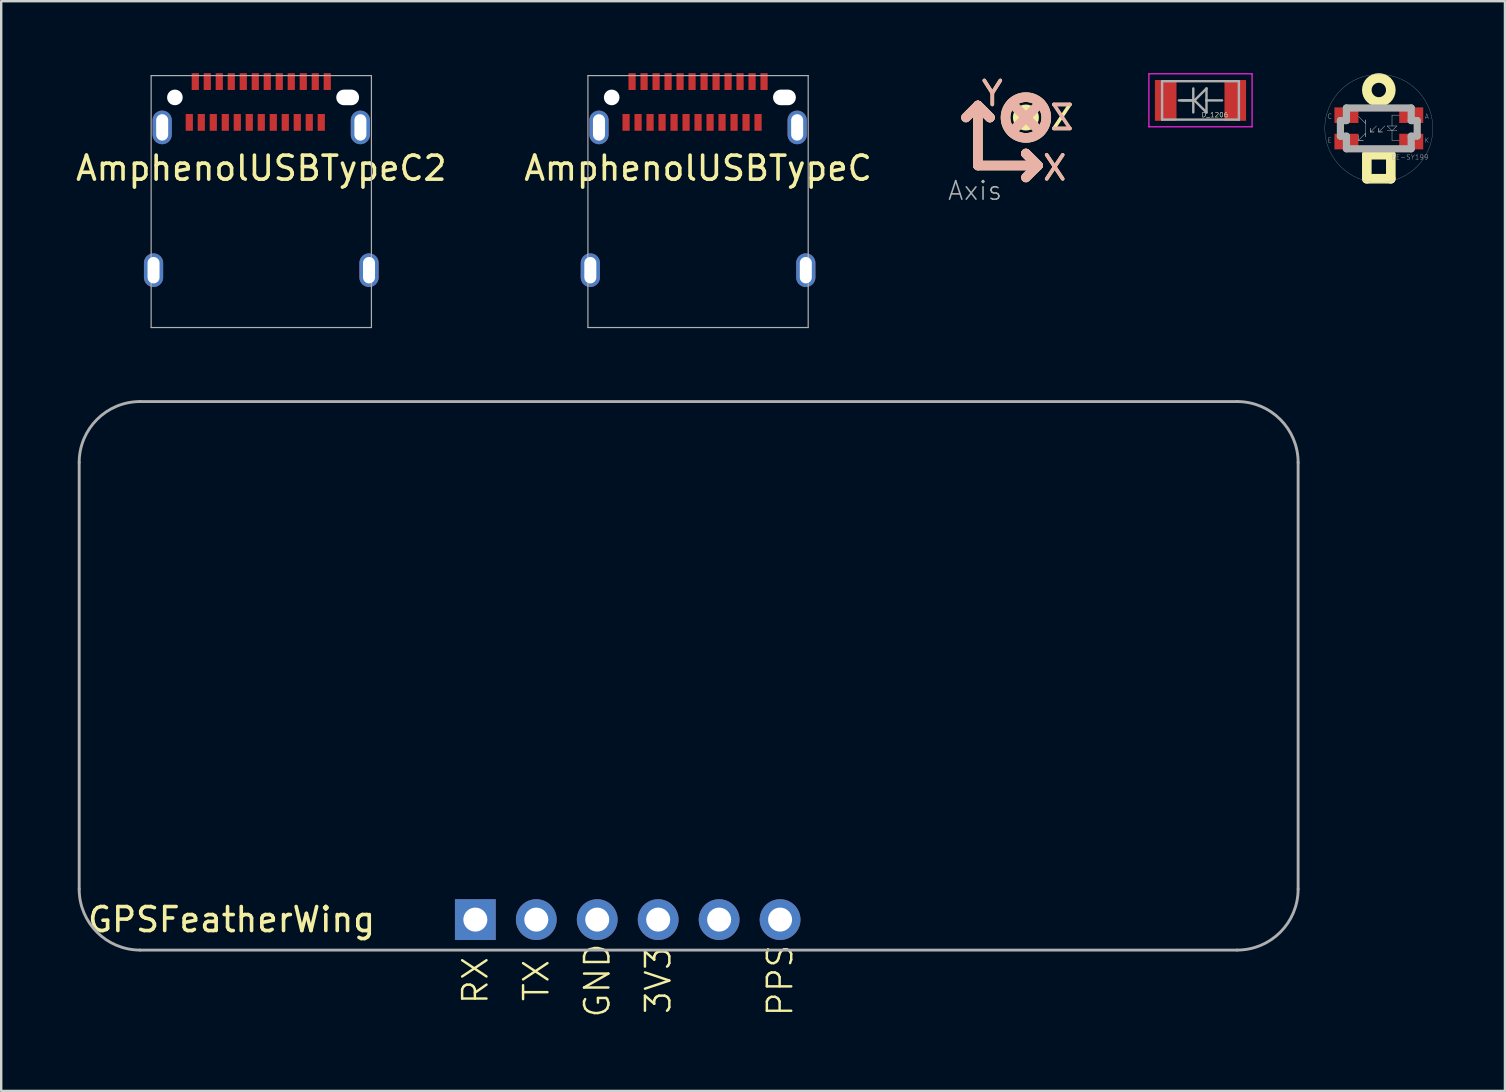
<source format=kicad_pcb>
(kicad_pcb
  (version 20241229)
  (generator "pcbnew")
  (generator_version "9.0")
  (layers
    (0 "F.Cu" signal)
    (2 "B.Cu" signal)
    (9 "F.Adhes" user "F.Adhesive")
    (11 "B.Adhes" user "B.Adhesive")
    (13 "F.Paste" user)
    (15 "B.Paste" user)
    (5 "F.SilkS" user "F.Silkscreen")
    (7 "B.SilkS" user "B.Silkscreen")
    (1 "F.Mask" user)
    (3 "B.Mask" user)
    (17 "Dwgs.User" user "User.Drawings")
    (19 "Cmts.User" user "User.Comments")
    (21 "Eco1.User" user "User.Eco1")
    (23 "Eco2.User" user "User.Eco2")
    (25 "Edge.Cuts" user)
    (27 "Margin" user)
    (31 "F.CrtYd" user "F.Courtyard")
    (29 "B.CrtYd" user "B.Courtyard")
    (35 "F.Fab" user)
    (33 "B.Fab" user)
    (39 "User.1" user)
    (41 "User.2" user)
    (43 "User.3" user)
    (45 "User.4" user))
  (footprint "GPSFeatherWing"
    (layer "F.Cu")
    (at 0.25 36.545)
    (property "Reference" "GPSFeatherWing" (at 6.35 -1.27 0) (layer "F.SilkS") (effects (font (size 1 1) (thickness 0.15))))
    (attr through_hole)
    (fp_line (start 0 -2.54) (end 0 -20.32) (stroke (width 0.12) (type solid)) (layer "F.Fab"))
    (fp_line (start 2.54 -22.86) (end 48.26 -22.86) (stroke (width 0.12) (type solid)) (layer "F.Fab"))
    (fp_line (start 48.26 0) (end 2.54 0) (stroke (width 0.12) (type solid)) (layer "F.Fab"))
    (fp_line (start 50.8 -20.32) (end 50.8 -2.54) (stroke (width 0.12) (type solid)) (layer "F.Fab"))
    (fp_arc (start 0 -20.32) (mid 0.743949 -22.116051) (end 2.54 -22.86) (stroke (width 0.12) (type solid)) (layer "F.Fab"))
    (fp_arc (start 2.54 0) (mid 0.743949 -0.743949) (end 0 -2.54) (stroke (width 0.12) (type solid)) (layer "F.Fab"))
    (fp_arc (start 48.26 -22.86) (mid 50.056051 -22.116051) (end 50.8 -20.32) (stroke (width 0.12) (type solid)) (layer "F.Fab"))
    (fp_arc (start 50.8 -2.54) (mid 50.056051 -0.743949) (end 48.26 0) (stroke (width 0.12) (type solid)) (layer "F.Fab"))
    (fp_text user "3V3" (at 24.13 1.27 90) (layer "F.SilkS") (effects (font (size 1.016 1.016) (thickness 0.102))))
    (fp_text user "" (at 26.67 -5.08 90) (layer "F.SilkS") (effects (font (size 1.016 1.016) (thickness 0.102))))
    (fp_text user "GND" (at 21.59 1.27 90) (layer "F.SilkS") (effects (font (size 1.016 1.016) (thickness 0.102))))
    (fp_text user "TX" (at 19.05 1.27 90) (layer "F.SilkS") (effects (font (size 1.016 1.016) (thickness 0.102))))
    (fp_text user "RX" (at 16.51 1.27 90) (layer "F.SilkS") (effects (font (size 1.016 1.016) (thickness 0.102))))
    (fp_text user "PPS" (at 29.21 1.27 90) (layer "F.SilkS") (effects (font (size 1.016 1.016) (thickness 0.102))))
    (pad "1" thru_hole rect (at 16.51 -1.27 90) (size 1.7 1.7) (drill 1) (layers "*.Cu" "*.Mask"))
    (pad "2" thru_hole oval (at 19.05 -1.27 90) (size 1.7 1.7) (drill 1) (layers "*.Cu" "*.Mask"))
    (pad "3" thru_hole oval (at 21.59 -1.27 90) (size 1.7 1.7) (drill 1) (layers "*.Cu" "*.Mask"))
    (pad "4" thru_hole oval (at 24.13 -1.27 90) (size 1.7 1.7) (drill 1) (layers "*.Cu" "*.Mask"))
    (pad "5" thru_hole oval (at 26.67 -1.27 90) (size 1.7 1.7) (drill 1) (layers "*.Cu" "*.Mask"))
    (pad "6" thru_hole oval (at 29.21 -1.27 90) (size 1.7 1.7) (drill 1) (layers "*.Cu" "*.Mask")))
  (footprint "Axis"
    (layer "F.Cu")
    (at 37.705 3.848)
    (property "Reference" "Axis" (at -1.3 1.5 0) (layer "F.Fab") (effects (font (size 0.772 0.772) (thickness 0.065)) (justify left bottom)))
    (attr through_hole)
    (fp_line (start -0.5 -2) (end 0 -2.5) (stroke (width 0.4) (type solid)) (layer "F.SilkS"))
    (fp_line (start 0 -2.5) (end 0 0) (stroke (width 0.4) (type solid)) (layer "F.SilkS"))
    (fp_line (start 0 -2.5) (end 0.5 -2) (stroke (width 0.4) (type solid)) (layer "F.SilkS"))
    (fp_line (start 0 0) (end 2.5 0) (stroke (width 0.4) (type solid)) (layer "F.SilkS"))
    (fp_line (start 0.5 -2) (end 0 -2.5) (stroke (width 0.4) (type solid)) (layer "F.SilkS"))
    (fp_line (start 2 -0.5) (end 2.5 0) (stroke (width 0.4) (type solid)) (layer "F.SilkS"))
    (fp_line (start 2.5 0) (end 2 -0.5) (stroke (width 0.4) (type solid)) (layer "F.SilkS"))
    (fp_line (start 2.5 0) (end 2 0.5) (stroke (width 0.4) (type solid)) (layer "F.SilkS"))
    (fp_circle (center 2 -2) (end 2.1 -1.9) (stroke (width 0.4) (type solid)) (fill no) (layer "F.SilkS"))
    (fp_circle (center 2 -2) (end 2.6 -1.4) (stroke (width 0.4) (type solid)) (fill no) (layer "F.SilkS"))
    (fp_line (start -0.5 -2) (end 0 -2.5) (stroke (width 0.4) (type solid)) (layer "B.SilkS"))
    (fp_line (start 0 -2.5) (end 0 0) (stroke (width 0.4) (type solid)) (layer "B.SilkS"))
    (fp_line (start 0 -2.5) (end 0.5 -2) (stroke (width 0.4) (type solid)) (layer "B.SilkS"))
    (fp_line (start 0 0) (end 2.5 0) (stroke (width 0.4) (type solid)) (layer "B.SilkS"))
    (fp_line (start 0.5 -2) (end 0 -2.5) (stroke (width 0.4) (type solid)) (layer "B.SilkS"))
    (fp_line (start 1.4 -2.6) (end 2.6 -1.4) (stroke (width 0.4) (type solid)) (layer "B.SilkS"))
    (fp_line (start 2 -0.5) (end 2.5 0) (stroke (width 0.4) (type solid)) (layer "B.SilkS"))
    (fp_line (start 2.5 0) (end 2 -0.5) (stroke (width 0.4) (type solid)) (layer "B.SilkS"))
    (fp_line (start 2.5 0) (end 2 0.5) (stroke (width 0.4) (type solid)) (layer "B.SilkS"))
    (fp_line (start 2.6 -2.6) (end 1.4 -1.4) (stroke (width 0.4) (type solid)) (layer "B.SilkS"))
    (fp_circle (center 2 -2) (end 2.6 -1.4) (stroke (width 0.4) (type solid)) (fill no) (layer "B.SilkS"))
    (fp_text user "Z" (at 3.5 -2 0) (layer "F.SilkS") (effects (font (size 1 1) (thickness 0.15))))
    (fp_text user "Y" (at 0.6 -3 0) (layer "F.SilkS") (effects (font (size 1 1) (thickness 0.15))))
    (fp_text user "X" (at 3.2 0.1 0) (layer "F.SilkS") (effects (font (size 1 1) (thickness 0.15))))
    (fp_text user "Z" (at 3.5 -2 0) (layer "B.SilkS") (effects (font (size 1 1) (thickness 0.15)) (justify mirror)))
    (fp_text user "Y" (at 0.6 -3 0) (layer "B.SilkS") (effects (font (size 1 1) (thickness 0.15)) (justify mirror)))
    (fp_text user "X" (at 3.2 0.1 0) (layer "B.SilkS") (effects (font (size 1 1) (thickness 0.15)) (justify mirror))))
  (footprint "D_1206"
    (layer "F.Cu")
    (at 46.981 1.135)
    (property "Reference" "D_1206" (at 0.6 0.6 0) (layer "F.SilkS") (effects (font (size 0.2 0.2) (thickness 0.015))))
    (attr smd)
    (fp_line (start -2.15 -1.11) (end -2.15 1.1) (stroke (width 0.05) (type solid)) (layer "F.CrtYd"))
    (fp_line (start -2.15 -1.11) (end 2.15 -1.11) (stroke (width 0.05) (type solid)) (layer "F.CrtYd"))
    (fp_line (start 2.15 1.1) (end -2.15 1.1) (stroke (width 0.05) (type solid)) (layer "F.CrtYd"))
    (fp_line (start 2.15 1.1) (end 2.15 -1.11) (stroke (width 0.05) (type solid)) (layer "F.CrtYd"))
    (fp_line (start -1.6 -0.8) (end 1.6 -0.8) (stroke (width 0.1) (type solid)) (layer "F.Fab"))
    (fp_line (start -1.6 0.8) (end -1.6 -0.8) (stroke (width 0.1) (type solid)) (layer "F.Fab"))
    (fp_line (start -0.9 0) (end -0.3 0) (stroke (width 0.1) (type solid)) (layer "F.Fab"))
    (fp_line (start -0.3 -0.5) (end -0.3 0) (stroke (width 0.1) (type solid)) (layer "F.Fab"))
    (fp_line (start -0.3 0) (end -0.8 0) (stroke (width 0.1) (type solid)) (layer "F.Fab"))
    (fp_line (start -0.3 0) (end -0.3 0.5) (stroke (width 0.1) (type solid)) (layer "F.Fab"))
    (fp_line (start -0.25 0) (end 0.25 0.5) (stroke (width 0.1) (type solid)) (layer "F.Fab"))
    (fp_line (start 0.25 -0.5) (end -0.25 0) (stroke (width 0.1) (type solid)) (layer "F.Fab"))
    (fp_line (start 0.25 0) (end 0.25 -0.5) (stroke (width 0.1) (type solid)) (layer "F.Fab"))
    (fp_line (start 0.25 0) (end 0.25 0) (stroke (width 0.1) (type solid)) (layer "F.Fab"))
    (fp_line (start 0.25 0.5) (end 0.25 0) (stroke (width 0.1) (type solid)) (layer "F.Fab"))
    (fp_line (start 0.9 0) (end 0.25 0) (stroke (width 0.1) (type solid)) (layer "F.Fab"))
    (fp_line (start 1.6 -0.8) (end 1.6 0.8) (stroke (width 0.1) (type solid)) (layer "F.Fab"))
    (fp_line (start 1.6 0.8) (end -1.6 0.8) (stroke (width 0.1) (type solid)) (layer "F.Fab"))
    (fp_text user "${REFERENCE}" (at 0.6 0.6 0) (layer "F.Fab") (effects (font (size 0.2 0.2) (thickness 0.015))))
    (pad "1" smd rect (at -1.45 0) (size 0.9 1.7) (layers "F.Cu" "F.Mask" "F.Paste"))
    (pad "2" smd rect (at 1.45 0) (size 0.9 1.7) (layers "F.Cu" "F.Mask" "F.Paste")))
  (footprint "AmphenolUSBTypeC"
    (layer "F.Cu")
    (at 26.042 1.01)
    (property "Reference" "AmphenolUSBTypeC" (at 0 2.95 0) (layer "F.SilkS") (effects (font (size 1 1) (thickness 0.15))))
    (attr through_hole)
    (fp_line (start -4.59 -0.91) (end -4.59 9.59) (stroke (width 0.05) (type solid)) (layer "F.Fab"))
    (fp_line (start 4.59 -0.91) (end -4.59 -0.91) (stroke (width 0.05) (type solid)) (layer "F.Fab"))
    (fp_line (start 4.59 -0.91) (end 4.59 9.59) (stroke (width 0.05) (type solid)) (layer "F.Fab"))
    (fp_line (start 4.59 9.59) (end -4.59 9.59) (stroke (width 0.05) (type solid)) (layer "F.Fab"))
    (pad "" np_thru_hole circle (at -3.6 0) (size 0.65 0.65) (drill 0.65) (layers "*.Cu" "*.Mask"))
    (pad "" np_thru_hole oval (at 3.6 0) (size 0.95 0.65) (drill oval 0.95 0.65) (layers "*.Cu" "*.Mask"))
    (pad "A1" smd rect (at -2.75 -0.66) (size 0.3 0.7) (layers "F.Cu" "F.Mask" "F.Paste"))
    (pad "A2" smd rect (at -2.25 -0.66) (size 0.3 0.7) (layers "F.Cu" "F.Mask" "F.Paste"))
    (pad "A3" smd rect (at -1.75 -0.66) (size 0.3 0.7) (layers "F.Cu" "F.Mask" "F.Paste"))
    (pad "A4" smd rect (at -1.25 -0.66) (size 0.3 0.7) (layers "F.Cu" "F.Mask" "F.Paste"))
    (pad "A5" smd rect (at -0.75 -0.66) (size 0.3 0.7) (layers "F.Cu" "F.Mask" "F.Paste"))
    (pad "A6" smd rect (at -0.25 -0.66) (size 0.3 0.7) (layers "F.Cu" "F.Mask" "F.Paste"))
    (pad "A7" smd rect (at 0.25 -0.66) (size 0.3 0.7) (layers "F.Cu" "F.Mask" "F.Paste"))
    (pad "A8" smd rect (at 0.75 -0.66) (size 0.3 0.7) (layers "F.Cu" "F.Mask" "F.Paste"))
    (pad "A9" smd rect (at 1.25 -0.66) (size 0.3 0.7) (layers "F.Cu" "F.Mask" "F.Paste"))
    (pad "A10" smd rect (at 1.75 -0.66) (size 0.3 0.7) (layers "F.Cu" "F.Mask" "F.Paste"))
    (pad "A11" smd rect (at 2.25 -0.66) (size 0.3 0.7) (layers "F.Cu" "F.Mask" "F.Paste"))
    (pad "A12" smd rect (at 2.75 -0.66) (size 0.3 0.7) (layers "F.Cu" "F.Mask" "F.Paste"))
    (pad "B1" smd rect (at 2.5 1.04) (size 0.3 0.7) (layers "F.Cu" "F.Mask" "F.Paste"))
    (pad "B2" smd rect (at 2 1.04) (size 0.3 0.7) (layers "F.Cu" "F.Mask" "F.Paste"))
    (pad "B3" smd rect (at 1.5 1.04) (size 0.3 0.7) (layers "F.Cu" "F.Mask" "F.Paste"))
    (pad "B4" smd rect (at 1 1.04) (size 0.3 0.7) (layers "F.Cu" "F.Mask" "F.Paste"))
    (pad "B5" smd rect (at 0.5 1.04) (size 0.3 0.7) (layers "F.Cu" "F.Mask" "F.Paste"))
    (pad "B6" smd rect (at 0 1.04) (size 0.3 0.7) (layers "F.Cu" "F.Mask" "F.Paste"))
    (pad "B7" smd rect (at -0.5 1.04) (size 0.3 0.7) (layers "F.Cu" "F.Mask" "F.Paste"))
    (pad "B8" smd rect (at -1 1.04) (size 0.3 0.7) (layers "F.Cu" "F.Mask" "F.Paste"))
    (pad "B9" smd rect (at -1.5 1.04) (size 0.3 0.7) (layers "F.Cu" "F.Mask" "F.Paste"))
    (pad "B10" smd rect (at -2 1.04) (size 0.3 0.7) (layers "F.Cu" "F.Mask" "F.Paste"))
    (pad "B11" smd rect (at -2.5 1.04) (size 0.3 0.7) (layers "F.Cu" "F.Mask" "F.Paste"))
    (pad "B12" smd rect (at -3 1.04) (size 0.3 0.7) (layers "F.Cu" "F.Mask" "F.Paste"))
    (pad "CASE" thru_hole oval (at -4.49 7.2) (size 0.8 1.4) (drill oval 0.5 1.1) (layers "*.Cu" "*.Mask"))
    (pad "CASE" thru_hole oval (at -4.13 1.25) (size 0.8 1.4) (drill oval 0.5 1.1) (layers "*.Cu" "*.Mask"))
    (pad "CASE" thru_hole oval (at 4.13 1.25) (size 0.8 1.4) (drill oval 0.5 1.1) (layers "*.Cu" "*.Mask"))
    (pad "CASE" thru_hole oval (at 4.49 7.2) (size 0.8 1.4) (drill oval 0.5 1.1) (layers "*.Cu" "*.Mask")))
  (footprint "EE-SY199"
    (layer "F.Cu")
    (at 54.413 2.3)
    (property "Reference" "EE-SY199" (at 1.3 1.2 0) (layer "F.Fab") (effects (font (size 0.2 0.2) (thickness 0.015))))
    (attr through_hole)
    (fp_line (start -0.5 1.1) (end -0.5 2.1) (stroke (width 0.4) (type solid)) (layer "F.SilkS"))
    (fp_line (start -0.5 2.1) (end 0.5 2.1) (stroke (width 0.4) (type solid)) (layer "F.SilkS"))
    (fp_line (start 0.5 1.1) (end -0.5 1.1) (stroke (width 0.4) (type solid)) (layer "F.SilkS"))
    (fp_line (start 0.5 2.1) (end 0.5 1.1) (stroke (width 0.4) (type solid)) (layer "F.SilkS"))
    (fp_circle (center 0 -1.6) (end 0.4 -1.3) (stroke (width 0.4) (type solid)) (fill no) (layer "F.SilkS"))
    (fp_line (start -1.6 -0.325) (end -1.35 -0.325) (stroke (width 0.3) (type solid)) (layer "F.Fab"))
    (fp_line (start -1.6 0.325) (end -1.6 -0.325) (stroke (width 0.3) (type solid)) (layer "F.Fab"))
    (fp_line (start -1.35 -0.85) (end 1.35 -0.85) (stroke (width 0.3) (type solid)) (layer "F.Fab"))
    (fp_line (start -1.35 -0.325) (end -1.35 -0.85) (stroke (width 0.3) (type solid)) (layer "F.Fab"))
    (fp_line (start -1.35 0.325) (end -1.6 0.325) (stroke (width 0.3) (type solid)) (layer "F.Fab"))
    (fp_line (start -1.35 0.85) (end -1.35 0.325) (stroke (width 0.3) (type solid)) (layer "F.Fab"))
    (fp_line (start -0.85 -0.5) (end -0.55 -0.2) (stroke (width 0.02) (type solid)) (layer "F.Fab"))
    (fp_line (start -0.85 0.3) (end -0.85 0.3) (stroke (width 0.02) (type solid)) (layer "F.Fab"))
    (fp_line (start -0.85 0.5) (end -0.85 0.3) (stroke (width 0.02) (type solid)) (layer "F.Fab"))
    (fp_line (start -0.85 0.5) (end -0.65 0.5) (stroke (width 0.02) (type solid)) (layer "F.Fab"))
    (fp_line (start -0.65 0.5) (end -0.85 0.5) (stroke (width 0.02) (type solid)) (layer "F.Fab"))
    (fp_line (start -0.55 -0.35) (end -0.55 0.35) (stroke (width 0.02) (type solid)) (layer "F.Fab"))
    (fp_line (start -0.55 -0.2) (end -0.55 -0.35) (stroke (width 0.02) (type solid)) (layer "F.Fab"))
    (fp_line (start -0.55 0.2) (end -0.85 0.5) (stroke (width 0.02) (type solid)) (layer "F.Fab"))
    (fp_line (start -0.55 0.35) (end -0.55 0.2) (stroke (width 0.02) (type solid)) (layer "F.Fab"))
    (fp_line (start -0.35 0) (end -0.35 0.15) (stroke (width 0.02) (type solid)) (layer "F.Fab"))
    (fp_line (start -0.35 0.15) (end -0.35 0) (stroke (width 0.02) (type solid)) (layer "F.Fab"))
    (fp_line (start -0.35 0.15) (end -0.35 0.15) (stroke (width 0.02) (type solid)) (layer "F.Fab"))
    (fp_line (start -0.35 0.15) (end -0.2 0.15) (stroke (width 0.02) (type solid)) (layer "F.Fab"))
    (fp_line (start -0.2 0.15) (end -0.35 0.15) (stroke (width 0.02) (type solid)) (layer "F.Fab"))
    (fp_line (start -0.1 -0.1) (end -0.35 0.15) (stroke (width 0.02) (type solid)) (layer "F.Fab"))
    (fp_line (start 0 0) (end 0 0.15) (stroke (width 0.02) (type solid)) (layer "F.Fab"))
    (fp_line (start 0 0.15) (end 0 0) (stroke (width 0.02) (type solid)) (layer "F.Fab"))
    (fp_line (start 0 0.15) (end 0 0.15) (stroke (width 0.02) (type solid)) (layer "F.Fab"))
    (fp_line (start 0 0.15) (end 0.15 0.15) (stroke (width 0.02) (type solid)) (layer "F.Fab"))
    (fp_line (start 0.15 0.15) (end 0 0.15) (stroke (width 0.02) (type solid)) (layer "F.Fab"))
    (fp_line (start 0.25 -0.1) (end 0 0.15) (stroke (width 0.02) (type solid)) (layer "F.Fab"))
    (fp_line (start 0.35 -0.1) (end 0.55 0.1) (stroke (width 0.02) (type solid)) (layer "F.Fab"))
    (fp_line (start 0.35 0.1) (end 0.75 0.1) (stroke (width 0.02) (type solid)) (layer "F.Fab"))
    (fp_line (start 0.55 -0.55) (end 0.55 -0.1) (stroke (width 0.02) (type solid)) (layer "F.Fab"))
    (fp_line (start 0.55 -0.1) (end 0.35 -0.1) (stroke (width 0.02) (type solid)) (layer "F.Fab"))
    (fp_line (start 0.55 -0.1) (end 0.55 -0.1) (stroke (width 0.02) (type solid)) (layer "F.Fab"))
    (fp_line (start 0.55 0.1) (end 0.55 0.5) (stroke (width 0.02) (type solid)) (layer "F.Fab"))
    (fp_line (start 0.55 0.1) (end 0.75 -0.1) (stroke (width 0.02) (type solid)) (layer "F.Fab"))
    (fp_line (start 0.55 0.5) (end 0.85 0.5) (stroke (width 0.02) (type solid)) (layer "F.Fab"))
    (fp_line (start 0.75 -0.1) (end 0.55 -0.1) (stroke (width 0.02) (type solid)) (layer "F.Fab"))
    (fp_line (start 0.75 0.1) (end 0.75 0.1) (stroke (width 0.02) (type solid)) (layer "F.Fab"))
    (fp_line (start 0.85 -0.55) (end 0.55 -0.55) (stroke (width 0.02) (type solid)) (layer "F.Fab"))
    (fp_line (start 1.35 -0.85) (end 1.35 -0.325) (stroke (width 0.3) (type solid)) (layer "F.Fab"))
    (fp_line (start 1.35 -0.325) (end 1.6 -0.325) (stroke (width 0.3) (type solid)) (layer "F.Fab"))
    (fp_line (start 1.35 0.325) (end 1.35 0.85) (stroke (width 0.3) (type solid)) (layer "F.Fab"))
    (fp_line (start 1.35 0.85) (end -1.35 0.85) (stroke (width 0.3) (type solid)) (layer "F.Fab"))
    (fp_line (start 1.6 -0.325) (end 1.6 0.3) (stroke (width 0.3) (type solid)) (layer "F.Fab"))
    (fp_line (start 1.6 0.325) (end 1.35 0.325) (stroke (width 0.3) (type solid)) (layer "F.Fab"))
    (fp_circle (center 0 0) (end -2.25 0.1) (stroke (width 0.01) (type solid)) (fill no) (layer "F.Fab"))
    (fp_text user "K" (at 2 0.5 0) (layer "F.Fab") (effects (font (size 0.2 0.2) (thickness 0.015))))
    (fp_text user "E" (at -2.05 0.5 0) (layer "F.Fab") (effects (font (size 0.2 0.2) (thickness 0.015))))
    (fp_text user "C" (at -2.05 -0.5 0) (layer "F.Fab") (effects (font (size 0.2 0.2) (thickness 0.015))))
    (fp_text user "A" (at 2 -0.5 0) (layer "F.Fab") (effects (font (size 0.2 0.2) (thickness 0.015))))
    (pad "1" smd rect (at 1.35 -0.55) (size 1 0.65) (layers "F.Cu" "F.Mask" "F.Paste"))
    (pad "2" smd rect (at 1.35 0.55) (size 1 0.65) (layers "F.Cu" "F.Mask" "F.Paste"))
    (pad "3" smd rect (at -1.35 -0.55) (size 1 0.65) (layers "F.Cu" "F.Mask" "F.Paste"))
    (pad "4" smd rect (at -1.35 0.55) (size 1 0.65) (layers "F.Cu" "F.Mask" "F.Paste")))
  (footprint "AmphenolUSBTypeC2"
    (layer "F.Cu")
    (at 7.839 1.01)
    (property "Reference" "AmphenolUSBTypeC2" (at 0 2.95 0) (layer "F.SilkS") (effects (font (size 1 1) (thickness 0.15))))
    (attr through_hole)
    (fp_line (start -4.59 -0.91) (end -4.59 9.59) (stroke (width 0.05) (type solid)) (layer "F.Fab"))
    (fp_line (start 4.59 -0.91) (end -4.59 -0.91) (stroke (width 0.05) (type solid)) (layer "F.Fab"))
    (fp_line (start 4.59 -0.91) (end 4.59 9.59) (stroke (width 0.05) (type solid)) (layer "F.Fab"))
    (fp_line (start 4.59 9.59) (end -4.59 9.59) (stroke (width 0.05) (type solid)) (layer "F.Fab"))
    (pad "" np_thru_hole circle (at -3.6 0) (size 0.65 0.65) (drill 0.65) (layers "*.Cu" "*.Mask"))
    (pad "" smd rect (at -2.5 1.04) (size 0.3 0.7) (layers "F.Cu" "F.Mask" "F.Paste"))
    (pad "" smd rect (at -2.25 -0.66) (size 0.3 0.7) (layers "F.Cu" "F.Mask" "F.Paste"))
    (pad "" smd rect (at -2 1.04) (size 0.3 0.7) (layers "F.Cu" "F.Mask" "F.Paste"))
    (pad "" smd rect (at -1.75 -0.66) (size 0.3 0.7) (layers "F.Cu" "F.Mask" "F.Paste"))
    (pad "" smd rect (at -1 1.04) (size 0.3 0.7) (layers "F.Cu" "F.Mask" "F.Paste"))
    (pad "" smd rect (at 0.75 -0.66) (size 0.3 0.7) (layers "F.Cu" "F.Mask" "F.Paste"))
    (pad "" smd rect (at 1.5 1.04) (size 0.3 0.7) (layers "F.Cu" "F.Mask" "F.Paste"))
    (pad "" smd rect (at 1.75 -0.66) (size 0.3 0.7) (layers "F.Cu" "F.Mask" "F.Paste"))
    (pad "" smd rect (at 2 1.04) (size 0.3 0.7) (layers "F.Cu" "F.Mask" "F.Paste"))
    (pad "" smd rect (at 2.25 -0.66) (size 0.3 0.7) (layers "F.Cu" "F.Mask" "F.Paste"))
    (pad "" np_thru_hole oval (at 3.6 0) (size 0.95 0.65) (drill oval 0.95 0.65) (layers "*.Cu" "*.Mask"))
    (pad "1" smd rect (at -1.5 1.04) (size 0.3 0.7) (layers "F.Cu" "F.Mask" "F.Paste"))
    (pad "1" smd rect (at -1.25 -0.66) (size 0.3 0.7) (layers "F.Cu" "F.Mask" "F.Paste"))
    (pad "1" smd rect (at 1 1.04) (size 0.3 0.7) (layers "F.Cu" "F.Mask" "F.Paste"))
    (pad "1" smd rect (at 1.25 -0.66) (size 0.3 0.7) (layers "F.Cu" "F.Mask" "F.Paste"))
    (pad "2" smd rect (at -0.5 1.04) (size 0.3 0.7) (layers "F.Cu" "F.Mask" "F.Paste"))
    (pad "2" smd rect (at 0.25 -0.66) (size 0.3 0.7) (layers "F.Cu" "F.Mask" "F.Paste"))
    (pad "3" smd rect (at -0.25 -0.66) (size 0.3 0.7) (layers "F.Cu" "F.Mask" "F.Paste"))
    (pad "3" smd rect (at 0 1.04) (size 0.3 0.7) (layers "F.Cu" "F.Mask" "F.Paste"))
    (pad "4" smd rect (at 0.5 1.04) (size 0.3 0.7) (layers "F.Cu" "F.Mask" "F.Paste"))
    (pad "5" smd rect (at -3 1.04) (size 0.3 0.7) (layers "F.Cu" "F.Mask" "F.Paste"))
    (pad "5" smd rect (at -2.75 -0.66) (size 0.3 0.7) (layers "F.Cu" "F.Mask" "F.Paste"))
    (pad "5" smd rect (at 2.5 1.04) (size 0.3 0.7) (layers "F.Cu" "F.Mask" "F.Paste"))
    (pad "5" smd rect (at 2.75 -0.66) (size 0.3 0.7) (layers "F.Cu" "F.Mask" "F.Paste"))
    (pad "6" thru_hole oval (at -4.49 7.2) (size 0.8 1.4) (drill oval 0.5 1.1) (layers "*.Cu" "*.Mask"))
    (pad "6" thru_hole oval (at -4.13 1.25) (size 0.8 1.4) (drill oval 0.5 1.1) (layers "*.Cu" "*.Mask"))
    (pad "6" thru_hole oval (at 4.13 1.25) (size 0.8 1.4) (drill oval 0.5 1.1) (layers "*.Cu" "*.Mask"))
    (pad "6" thru_hole oval (at 4.49 7.2) (size 0.8 1.4) (drill oval 0.5 1.1) (layers "*.Cu" "*.Mask"))
    (pad "7" smd rect (at -0.75 -0.66) (size 0.3 0.7) (layers "F.Cu" "F.Mask" "F.Paste")))
  (gr_rect
    (start -3 -3)
    (end 59.67 42.414)
    (stroke (width 0.1) (type default))
    (fill no)
    (layer "Edge.Cuts")))
</source>
